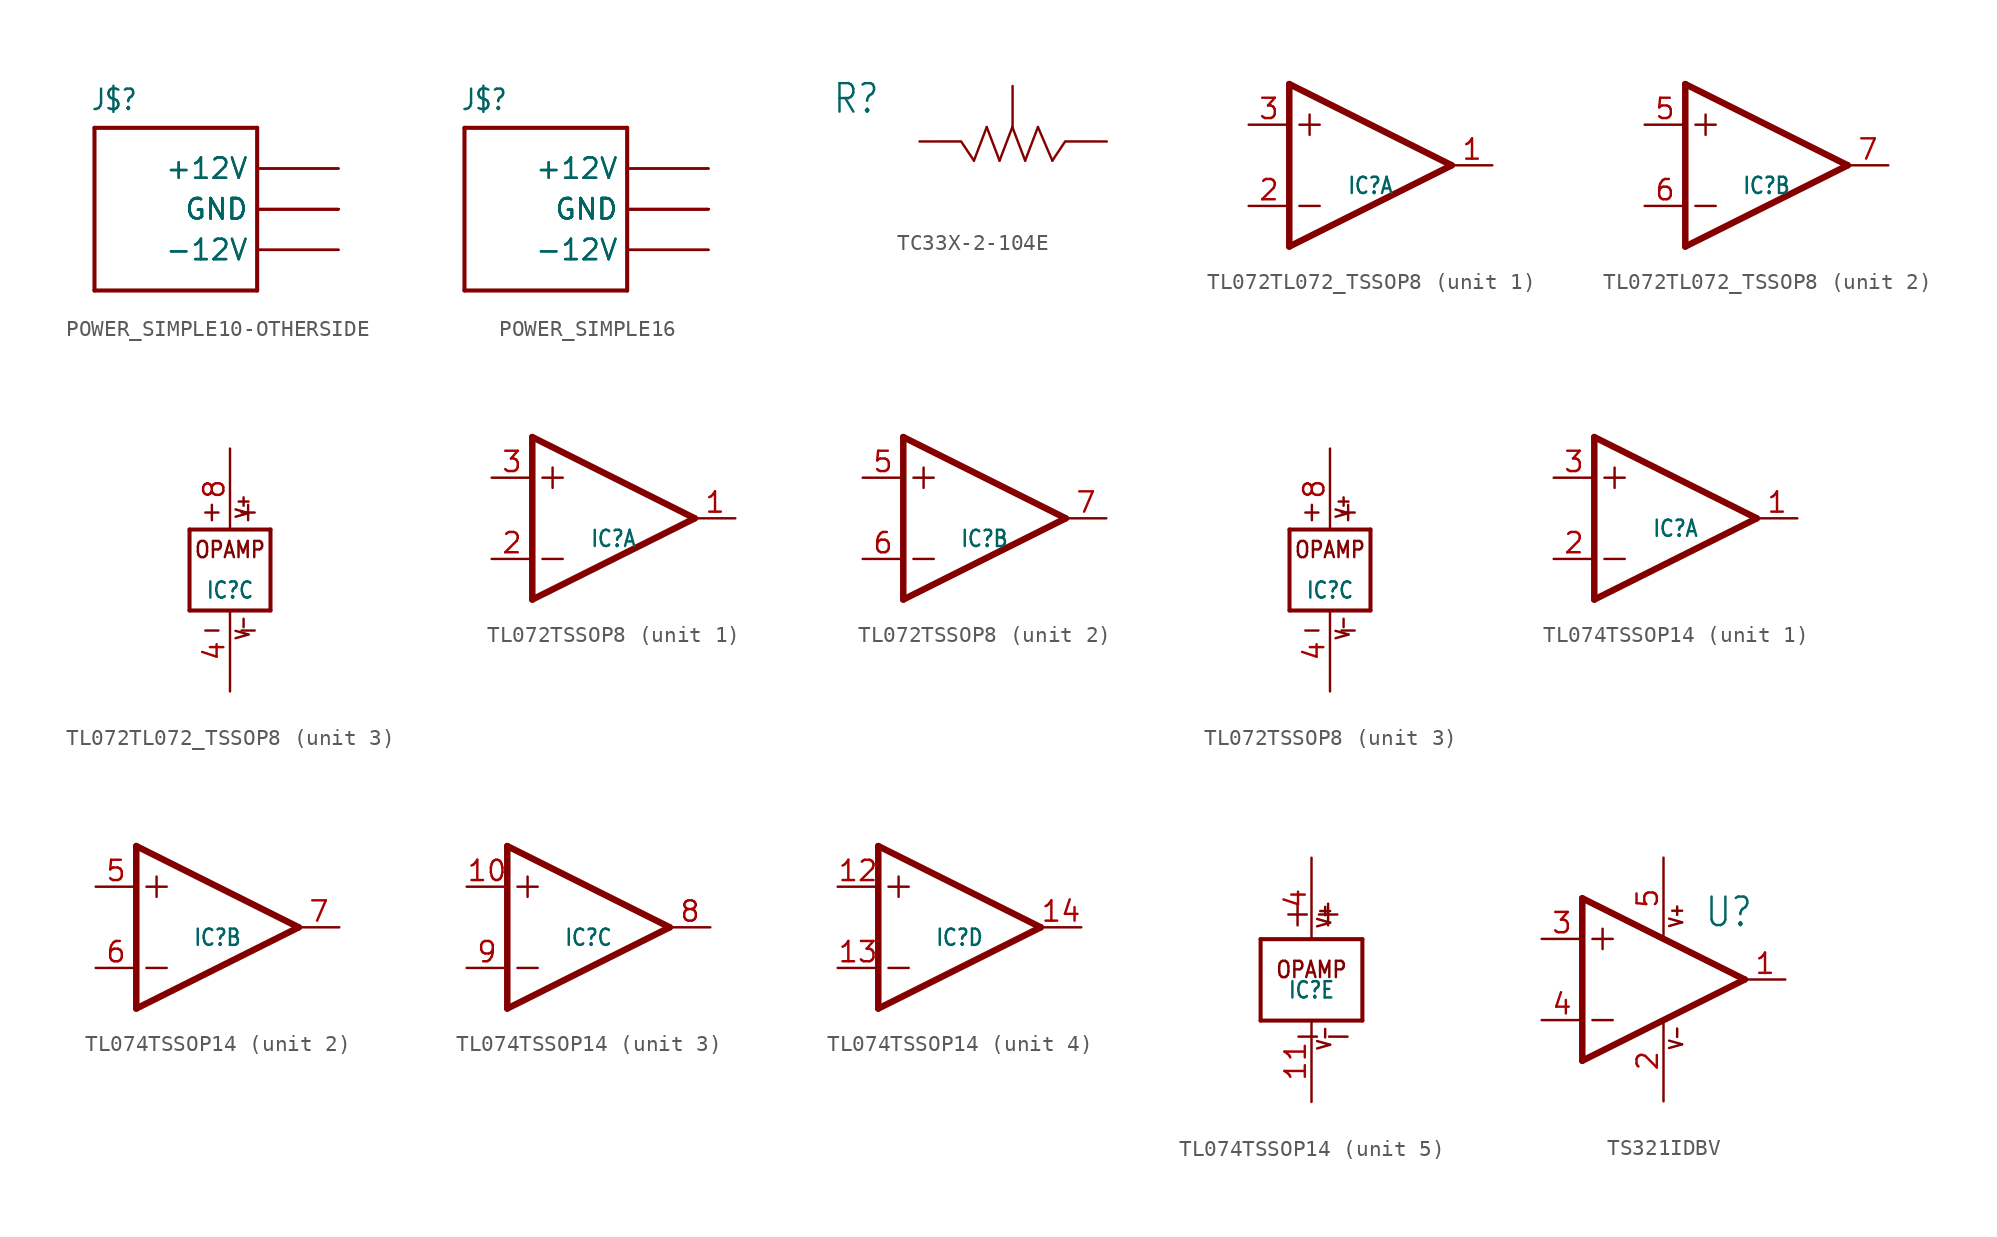
<source format=kicad_sym>
(kicad_symbol_lib
  (version 20231120)
  (generator "kicad_symbol_editor")
  (generator_version "8.0")
  (symbol "POWER_SIMPLE10-OTHERSIDE"
    (property "Reference" "J$"
      (at -5.334 6.096 0)
      (effects (font (size 1.27 1.079)) (justify left bottom)))
    (property "ki_locked" ""
      (at 0 0 0)
      (effects (font (size 1.27 1.27))))
    (symbol "POWER_SIMPLE10-OTHERSIDE_1_0"
      (polyline (pts (xy -5.08 -5.08) (xy -5.08 5.08)) (stroke (width 0.254) (type solid)) (fill (type none)))
      (polyline (pts (xy -5.08 5.08) (xy 5.08 5.08)) (stroke (width 0.254) (type solid)) (fill (type none)))
      (polyline (pts (xy 5.08 -5.08) (xy -5.08 -5.08)) (stroke (width 0.254) (type solid)) (fill (type none)))
      (polyline (pts (xy 5.08 5.08) (xy 5.08 -5.08)) (stroke (width 0.254) (type solid)) (fill (type none)))
      (pin bidirectional line (at 10.16 -2.54 180) (length 5.08) (name "-12V" (effects (font (size 1.27 1.27)))) (number "1" (effects (font (size 0 0)))))
      (pin bidirectional line (at 10.16 2.54 180) (length 5.08) (name "+12V" (effects (font (size 1.27 1.27)))) (number "10" (effects (font (size 0 0)))))
      (pin bidirectional line (at 10.16 -2.54 180) (length 5.08) (name "-12V" (effects (font (size 1.27 1.27)))) (number "2" (effects (font (size 0 0)))))
      (pin bidirectional line (at 10.16 0 180) (length 5.08) (name "GND" (effects (font (size 1.27 1.27)))) (number "3" (effects (font (size 0 0)))))
      (pin bidirectional line (at 10.16 0 180) (length 5.08) (name "GND" (effects (font (size 1.27 1.27)))) (number "4" (effects (font (size 0 0)))))
      (pin bidirectional line (at 10.16 0 180) (length 5.08) (name "GND" (effects (font (size 1.27 1.27)))) (number "5" (effects (font (size 0 0)))))
      (pin bidirectional line (at 10.16 0 180) (length 5.08) (name "GND" (effects (font (size 1.27 1.27)))) (number "6" (effects (font (size 0 0)))))
      (pin bidirectional line (at 10.16 0 180) (length 5.08) (name "GND" (effects (font (size 1.27 1.27)))) (number "7" (effects (font (size 0 0)))))
      (pin bidirectional line (at 10.16 0 180) (length 5.08) (name "GND" (effects (font (size 1.27 1.27)))) (number "8" (effects (font (size 0 0)))))
      (pin bidirectional line (at 10.16 2.54 180) (length 5.08) (name "+12V" (effects (font (size 1.27 1.27)))) (number "9" (effects (font (size 0 0)))))))
  (symbol "POWER_SIMPLE16"
    (property "Reference" "J$"
      (at -5.334 6.096 0)
      (effects (font (size 1.27 1.079)) (justify left bottom)))
    (property "ki_locked" ""
      (at 0 0 0)
      (effects (font (size 1.27 1.27))))
    (symbol "POWER_SIMPLE16_1_0"
      (polyline (pts (xy -5.08 -5.08) (xy -5.08 5.08)) (stroke (width 0.254) (type solid)) (fill (type none)))
      (polyline (pts (xy -5.08 5.08) (xy 5.08 5.08)) (stroke (width 0.254) (type solid)) (fill (type none)))
      (polyline (pts (xy 5.08 -5.08) (xy -5.08 -5.08)) (stroke (width 0.254) (type solid)) (fill (type none)))
      (polyline (pts (xy 5.08 5.08) (xy 5.08 -5.08)) (stroke (width 0.254) (type solid)) (fill (type none)))
      (pin bidirectional line (at 10.16 -2.54 180) (length 5.08) (name "-12V" (effects (font (size 1.27 1.27)))) (number "1" (effects (font (size 0 0)))))
      (pin bidirectional line (at 10.16 2.54 180) (length 5.08) (name "+12V" (effects (font (size 1.27 1.27)))) (number "10" (effects (font (size 0 0)))))
      (pin bidirectional line (at 10.16 -2.54 180) (length 5.08) (name "-12V" (effects (font (size 1.27 1.27)))) (number "2" (effects (font (size 0 0)))))
      (pin bidirectional line (at 10.16 0 180) (length 5.08) (name "GND" (effects (font (size 1.27 1.27)))) (number "3" (effects (font (size 0 0)))))
      (pin bidirectional line (at 10.16 0 180) (length 5.08) (name "GND" (effects (font (size 1.27 1.27)))) (number "4" (effects (font (size 0 0)))))
      (pin bidirectional line (at 10.16 0 180) (length 5.08) (name "GND" (effects (font (size 1.27 1.27)))) (number "5" (effects (font (size 0 0)))))
      (pin bidirectional line (at 10.16 0 180) (length 5.08) (name "GND" (effects (font (size 1.27 1.27)))) (number "6" (effects (font (size 0 0)))))
      (pin bidirectional line (at 10.16 0 180) (length 5.08) (name "GND" (effects (font (size 1.27 1.27)))) (number "7" (effects (font (size 0 0)))))
      (pin bidirectional line (at 10.16 0 180) (length 5.08) (name "GND" (effects (font (size 1.27 1.27)))) (number "8" (effects (font (size 0 0)))))
      (pin bidirectional line (at 10.16 2.54 180) (length 5.08) (name "+12V" (effects (font (size 1.27 1.27)))) (number "9" (effects (font (size 0 0)))))))
  (symbol "TC33X-2-104E"
    (property "Reference" "R"
      (at -11.16 1.74 0)
      (effects (font (size 1.778 1.511)) (justify left bottom)))
    (property "Value" ""
      (at -10.96 -4.32 0)
      (effects (font (size 1.778 1.511)) (justify left bottom)))
    (property "ki_locked" ""
      (at 0 0 0)
      (effects (font (size 1.27 1.27))))
    (symbol "TC33X-2-104E_1_0"
      (polyline (pts (xy -3.1 0.1) (xy -4.3 0.1)) (stroke (width 0.076) (type solid)) (fill (type none)))
      (polyline (pts (xy -2.3 -1.1) (xy -3.1 0.1)) (stroke (width 0.152) (type solid)) (fill (type none)))
      (polyline (pts (xy -2.3 -1.1) (xy -1.5 1)) (stroke (width 0.152) (type solid)) (fill (type none)))
      (polyline (pts (xy -1.5 1) (xy -0.7 -1.1)) (stroke (width 0.152) (type solid)) (fill (type none)))
      (polyline (pts (xy -0.7 -1.1) (xy 0.1 1)) (stroke (width 0.152) (type solid)) (fill (type none)))
      (polyline (pts (xy 0.1 1) (xy 0.9 -1.1)) (stroke (width 0.152) (type solid)) (fill (type none)))
      (polyline (pts (xy 0.9 -1.1) (xy 1.7 1)) (stroke (width 0.152) (type solid)) (fill (type none)))
      (polyline (pts (xy 1.7 1) (xy 2.6 -1.1)) (stroke (width 0.152) (type solid)) (fill (type none)))
      (polyline (pts (xy 2.6 -1.1) (xy 3.4 0.1)) (stroke (width 0.152) (type solid)) (fill (type none)))
      (polyline (pts (xy 3.4 0.1) (xy 4.9 0.1)) (stroke (width 0.076) (type solid)) (fill (type none)))
      (pin bidirectional line (at -5.7 0.1 0) (length 2.54) (name "P$1" (effects (font (size 0 0)))) (number "1" (effects (font (size 0 0)))))
      (pin bidirectional line (at 0.115 3.564 270) (length 2.54) (name "P$2" (effects (font (size 0 0)))) (number "2" (effects (font (size 0 0)))))
      (pin bidirectional line (at 6 0.1 180) (length 2.54) (name "P$3" (effects (font (size 0 0)))) (number "3" (effects (font (size 0 0)))))))
  (symbol "TL072TL072_TSSOP8"
    (property "Reference" "IC"
      (at 0 -1.27 0)
      (effects (font (size 1.016 0.864))))
    (property "ki_locked" ""
      (at 0 0 0)
      (effects (font (size 1.27 1.27))))
    (symbol "TL072TL072_TSSOP8_1_0"
      (polyline (pts (xy -5.08 -5.08) (xy 5.08 0)) (stroke (width 0.406) (type solid)) (fill (type none)))
      (polyline (pts (xy -5.08 5.08) (xy -5.08 -5.08)) (stroke (width 0.406) (type solid)) (fill (type none)))
      (polyline (pts (xy -4.445 -2.54) (xy -3.175 -2.54)) (stroke (width 0.152) (type solid)) (fill (type none)))
      (polyline (pts (xy -4.445 2.54) (xy -3.175 2.54)) (stroke (width 0.152) (type solid)) (fill (type none)))
      (polyline (pts (xy -3.81 3.175) (xy -3.81 1.905)) (stroke (width 0.152) (type solid)) (fill (type none)))
      (polyline (pts (xy 5.08 0) (xy -5.08 5.08)) (stroke (width 0.406) (type solid)) (fill (type none)))
      (pin output line (at 7.62 0 180) (length 2.54) (name "OUT" (effects (font (size 0 0)))) (number "1" (effects (font (size 1.27 1.27)))))
      (pin input line (at -7.62 -2.54 0) (length 2.54) (name "-IN" (effects (font (size 0 0)))) (number "2" (effects (font (size 1.27 1.27)))))
      (pin input line (at -7.62 2.54 0) (length 2.54) (name "+IN" (effects (font (size 0 0)))) (number "3" (effects (font (size 1.27 1.27))))))
    (symbol "TL072TL072_TSSOP8_2_0"
      (polyline (pts (xy -5.08 -5.08) (xy 5.08 0)) (stroke (width 0.406) (type solid)) (fill (type none)))
      (polyline (pts (xy -5.08 5.08) (xy -5.08 -5.08)) (stroke (width 0.406) (type solid)) (fill (type none)))
      (polyline (pts (xy -4.445 -2.54) (xy -3.175 -2.54)) (stroke (width 0.152) (type solid)) (fill (type none)))
      (polyline (pts (xy -4.445 2.54) (xy -3.175 2.54)) (stroke (width 0.152) (type solid)) (fill (type none)))
      (polyline (pts (xy -3.81 3.175) (xy -3.81 1.905)) (stroke (width 0.152) (type solid)) (fill (type none)))
      (polyline (pts (xy 5.08 0) (xy -5.08 5.08)) (stroke (width 0.406) (type solid)) (fill (type none)))
      (pin input line (at -7.62 2.54 0) (length 2.54) (name "+IN" (effects (font (size 0 0)))) (number "5" (effects (font (size 1.27 1.27)))))
      (pin input line (at -7.62 -2.54 0) (length 2.54) (name "-IN" (effects (font (size 0 0)))) (number "6" (effects (font (size 1.27 1.27)))))
      (pin output line (at 7.62 0 180) (length 2.54) (name "OUT" (effects (font (size 0 0)))) (number "7" (effects (font (size 1.27 1.27))))))
    (symbol "TL072TL072_TSSOP8_3_0"
      (polyline (pts (xy -2.54 -2.54) (xy -2.54 2.54)) (stroke (width 0.254) (type solid)) (fill (type none)))
      (polyline (pts (xy -2.54 2.54) (xy 2.54 2.54)) (stroke (width 0.254) (type solid)) (fill (type none)))
      (polyline (pts (xy 2.54 -2.54) (xy -2.54 -2.54)) (stroke (width 0.254) (type solid)) (fill (type none)))
      (polyline (pts (xy 2.54 2.54) (xy 2.54 -2.54)) (stroke (width 0.254) (type solid)) (fill (type none)))
      (text "+" (at -1.905 4.445 0) (effects (font (size 1.27 1.079)) (justify left top)))
      (text "+" (at 1.905 4.445 0) (effects (font (size 1.27 1.079)) (justify right top)))
      (text "-" (at -1.905 -4.445 0) (effects (font (size 1.27 1.079)) (justify left bottom)))
      (text "-" (at 1.905 -4.445 0) (effects (font (size 1.27 1.079)) (justify right bottom)))
      (text "OPAMP" (at 0 1.27 0) (effects (font (size 1.016 0.864))))
      (text "V+" (at 1.27 3.175 900) (effects (font (size 0.813 0.691)) (justify left bottom)))
      (text "V-" (at 1.27 -4.445 900) (effects (font (size 0.813 0.691)) (justify left bottom)))
      (pin power_in line (at 0 -7.62 90) (length 5.08) (name "V-" (effects (font (size 0 0)))) (number "4" (effects (font (size 1.27 1.27)))))
      (pin power_in line (at 0 7.62 270) (length 5.08) (name "V+" (effects (font (size 0 0)))) (number "8" (effects (font (size 1.27 1.27)))))))
  (symbol "TL072TSSOP8"
    (property "Reference" "IC"
      (at 0 -1.27 0)
      (effects (font (size 1.016 0.864))))
    (property "ki_locked" ""
      (at 0 0 0)
      (effects (font (size 1.27 1.27))))
    (symbol "TL072TSSOP8_1_0"
      (polyline (pts (xy -5.08 -5.08) (xy 5.08 0)) (stroke (width 0.406) (type solid)) (fill (type none)))
      (polyline (pts (xy -5.08 5.08) (xy -5.08 -5.08)) (stroke (width 0.406) (type solid)) (fill (type none)))
      (polyline (pts (xy -4.445 -2.54) (xy -3.175 -2.54)) (stroke (width 0.152) (type solid)) (fill (type none)))
      (polyline (pts (xy -4.445 2.54) (xy -3.175 2.54)) (stroke (width 0.152) (type solid)) (fill (type none)))
      (polyline (pts (xy -3.81 3.175) (xy -3.81 1.905)) (stroke (width 0.152) (type solid)) (fill (type none)))
      (polyline (pts (xy 5.08 0) (xy -5.08 5.08)) (stroke (width 0.406) (type solid)) (fill (type none)))
      (pin output line (at 7.62 0 180) (length 2.54) (name "OUT" (effects (font (size 0 0)))) (number "1" (effects (font (size 1.27 1.27)))))
      (pin input line (at -7.62 -2.54 0) (length 2.54) (name "-IN" (effects (font (size 0 0)))) (number "2" (effects (font (size 1.27 1.27)))))
      (pin input line (at -7.62 2.54 0) (length 2.54) (name "+IN" (effects (font (size 0 0)))) (number "3" (effects (font (size 1.27 1.27))))))
    (symbol "TL072TSSOP8_2_0"
      (polyline (pts (xy -5.08 -5.08) (xy 5.08 0)) (stroke (width 0.406) (type solid)) (fill (type none)))
      (polyline (pts (xy -5.08 5.08) (xy -5.08 -5.08)) (stroke (width 0.406) (type solid)) (fill (type none)))
      (polyline (pts (xy -4.445 -2.54) (xy -3.175 -2.54)) (stroke (width 0.152) (type solid)) (fill (type none)))
      (polyline (pts (xy -4.445 2.54) (xy -3.175 2.54)) (stroke (width 0.152) (type solid)) (fill (type none)))
      (polyline (pts (xy -3.81 3.175) (xy -3.81 1.905)) (stroke (width 0.152) (type solid)) (fill (type none)))
      (polyline (pts (xy 5.08 0) (xy -5.08 5.08)) (stroke (width 0.406) (type solid)) (fill (type none)))
      (pin input line (at -7.62 2.54 0) (length 2.54) (name "+IN" (effects (font (size 0 0)))) (number "5" (effects (font (size 1.27 1.27)))))
      (pin input line (at -7.62 -2.54 0) (length 2.54) (name "-IN" (effects (font (size 0 0)))) (number "6" (effects (font (size 1.27 1.27)))))
      (pin output line (at 7.62 0 180) (length 2.54) (name "OUT" (effects (font (size 0 0)))) (number "7" (effects (font (size 1.27 1.27))))))
    (symbol "TL072TSSOP8_3_0"
      (polyline (pts (xy -2.54 -2.54) (xy -2.54 2.54)) (stroke (width 0.254) (type solid)) (fill (type none)))
      (polyline (pts (xy -2.54 2.54) (xy 2.54 2.54)) (stroke (width 0.254) (type solid)) (fill (type none)))
      (polyline (pts (xy 2.54 -2.54) (xy -2.54 -2.54)) (stroke (width 0.254) (type solid)) (fill (type none)))
      (polyline (pts (xy 2.54 2.54) (xy 2.54 -2.54)) (stroke (width 0.254) (type solid)) (fill (type none)))
      (text "+" (at -1.905 4.445 0) (effects (font (size 1.27 1.079)) (justify left top)))
      (text "+" (at 1.905 4.445 0) (effects (font (size 1.27 1.079)) (justify right top)))
      (text "-" (at -1.905 -4.445 0) (effects (font (size 1.27 1.079)) (justify left bottom)))
      (text "-" (at 1.905 -4.445 0) (effects (font (size 1.27 1.079)) (justify right bottom)))
      (text "OPAMP" (at 0 1.27 0) (effects (font (size 1.016 0.864))))
      (text "V+" (at 1.27 3.175 900) (effects (font (size 0.813 0.691)) (justify left bottom)))
      (text "V-" (at 1.27 -4.445 900) (effects (font (size 0.813 0.691)) (justify left bottom)))
      (pin power_in line (at 0 -7.62 90) (length 5.08) (name "V-" (effects (font (size 0 0)))) (number "4" (effects (font (size 1.27 1.27)))))
      (pin power_in line (at 0 7.62 270) (length 5.08) (name "V+" (effects (font (size 0 0)))) (number "8" (effects (font (size 1.27 1.27)))))))
  (symbol "TL074TSSOP14"
    (property "Reference" "IC"
      (at 0 -0.635 0)
      (effects (font (size 1.016 0.864))))
    (property "ki_locked" ""
      (at 0 0 0)
      (effects (font (size 1.27 1.27))))
    (symbol "TL074TSSOP14_1_0"
      (polyline (pts (xy -5.08 -5.08) (xy 5.08 0)) (stroke (width 0.406) (type solid)) (fill (type none)))
      (polyline (pts (xy -5.08 5.08) (xy -5.08 -5.08)) (stroke (width 0.406) (type solid)) (fill (type none)))
      (polyline (pts (xy -4.445 -2.54) (xy -3.175 -2.54)) (stroke (width 0.152) (type solid)) (fill (type none)))
      (polyline (pts (xy -4.445 2.54) (xy -3.175 2.54)) (stroke (width 0.152) (type solid)) (fill (type none)))
      (polyline (pts (xy -3.81 3.175) (xy -3.81 1.905)) (stroke (width 0.152) (type solid)) (fill (type none)))
      (polyline (pts (xy 5.08 0) (xy -5.08 5.08)) (stroke (width 0.406) (type solid)) (fill (type none)))
      (pin output line (at 7.62 0 180) (length 2.54) (name "OUT" (effects (font (size 0 0)))) (number "1" (effects (font (size 1.27 1.27)))))
      (pin input line (at -7.62 -2.54 0) (length 2.54) (name "-IN" (effects (font (size 0 0)))) (number "2" (effects (font (size 1.27 1.27)))))
      (pin input line (at -7.62 2.54 0) (length 2.54) (name "+IN" (effects (font (size 0 0)))) (number "3" (effects (font (size 1.27 1.27))))))
    (symbol "TL074TSSOP14_2_0"
      (polyline (pts (xy -5.08 -5.08) (xy 5.08 0)) (stroke (width 0.406) (type solid)) (fill (type none)))
      (polyline (pts (xy -5.08 5.08) (xy -5.08 -5.08)) (stroke (width 0.406) (type solid)) (fill (type none)))
      (polyline (pts (xy -4.445 -2.54) (xy -3.175 -2.54)) (stroke (width 0.152) (type solid)) (fill (type none)))
      (polyline (pts (xy -4.445 2.54) (xy -3.175 2.54)) (stroke (width 0.152) (type solid)) (fill (type none)))
      (polyline (pts (xy -3.81 3.175) (xy -3.81 1.905)) (stroke (width 0.152) (type solid)) (fill (type none)))
      (polyline (pts (xy 5.08 0) (xy -5.08 5.08)) (stroke (width 0.406) (type solid)) (fill (type none)))
      (pin input line (at -7.62 2.54 0) (length 2.54) (name "+IN" (effects (font (size 0 0)))) (number "5" (effects (font (size 1.27 1.27)))))
      (pin input line (at -7.62 -2.54 0) (length 2.54) (name "-IN" (effects (font (size 0 0)))) (number "6" (effects (font (size 1.27 1.27)))))
      (pin output line (at 7.62 0 180) (length 2.54) (name "OUT" (effects (font (size 0 0)))) (number "7" (effects (font (size 1.27 1.27))))))
    (symbol "TL074TSSOP14_3_0"
      (polyline (pts (xy -5.08 -5.08) (xy 5.08 0)) (stroke (width 0.406) (type solid)) (fill (type none)))
      (polyline (pts (xy -5.08 5.08) (xy -5.08 -5.08)) (stroke (width 0.406) (type solid)) (fill (type none)))
      (polyline (pts (xy -4.445 -2.54) (xy -3.175 -2.54)) (stroke (width 0.152) (type solid)) (fill (type none)))
      (polyline (pts (xy -4.445 2.54) (xy -3.175 2.54)) (stroke (width 0.152) (type solid)) (fill (type none)))
      (polyline (pts (xy -3.81 3.175) (xy -3.81 1.905)) (stroke (width 0.152) (type solid)) (fill (type none)))
      (polyline (pts (xy 5.08 0) (xy -5.08 5.08)) (stroke (width 0.406) (type solid)) (fill (type none)))
      (pin input line (at -7.62 2.54 0) (length 2.54) (name "+IN" (effects (font (size 0 0)))) (number "10" (effects (font (size 1.27 1.27)))))
      (pin output line (at 7.62 0 180) (length 2.54) (name "OUT" (effects (font (size 0 0)))) (number "8" (effects (font (size 1.27 1.27)))))
      (pin input line (at -7.62 -2.54 0) (length 2.54) (name "-IN" (effects (font (size 0 0)))) (number "9" (effects (font (size 1.27 1.27))))))
    (symbol "TL074TSSOP14_4_0"
      (polyline (pts (xy -5.08 -5.08) (xy 5.08 0)) (stroke (width 0.406) (type solid)) (fill (type none)))
      (polyline (pts (xy -5.08 5.08) (xy -5.08 -5.08)) (stroke (width 0.406) (type solid)) (fill (type none)))
      (polyline (pts (xy -4.445 -2.54) (xy -3.175 -2.54)) (stroke (width 0.152) (type solid)) (fill (type none)))
      (polyline (pts (xy -4.445 2.54) (xy -3.175 2.54)) (stroke (width 0.152) (type solid)) (fill (type none)))
      (polyline (pts (xy -3.81 3.175) (xy -3.81 1.905)) (stroke (width 0.152) (type solid)) (fill (type none)))
      (polyline (pts (xy 5.08 0) (xy -5.08 5.08)) (stroke (width 0.406) (type solid)) (fill (type none)))
      (pin input line (at -7.62 2.54 0) (length 2.54) (name "+IN" (effects (font (size 0 0)))) (number "12" (effects (font (size 1.27 1.27)))))
      (pin input line (at -7.62 -2.54 0) (length 2.54) (name "-IN" (effects (font (size 0 0)))) (number "13" (effects (font (size 1.27 1.27)))))
      (pin output line (at 7.62 0 180) (length 2.54) (name "OUT" (effects (font (size 0 0)))) (number "14" (effects (font (size 1.27 1.27))))))
    (symbol "TL074TSSOP14_5_0"
      (polyline (pts (xy -3.175 -2.54) (xy -3.175 2.54)) (stroke (width 0.254) (type solid)) (fill (type none)))
      (polyline (pts (xy -3.175 2.54) (xy 3.175 2.54)) (stroke (width 0.254) (type solid)) (fill (type none)))
      (polyline (pts (xy 3.175 -2.54) (xy -3.175 -2.54)) (stroke (width 0.254) (type solid)) (fill (type none)))
      (polyline (pts (xy 3.175 2.54) (xy 3.175 -2.54)) (stroke (width 0.254) (type solid)) (fill (type none)))
      (text "+" (at -1.905 3.175 0) (effects (font (size 1.778 1.511)) (justify left bottom)))
      (text "+" (at 0 3.175 0) (effects (font (size 1.778 1.511)) (justify left bottom)))
      (text "-" (at -1.27 -4.445 0) (effects (font (size 1.778 1.511)) (justify left bottom)))
      (text "-" (at 0.635 -4.445 0) (effects (font (size 1.778 1.511)) (justify left bottom)))
      (text "OPAMP" (at 0 0.635 0) (effects (font (size 1.016 0.864))))
      (text "V+" (at 1.27 3.175 900) (effects (font (size 0.813 0.691)) (justify left bottom)))
      (text "V-" (at 1.27 -4.445 900) (effects (font (size 0.813 0.691)) (justify left bottom)))
      (pin power_in line (at 0 -7.62 90) (length 5.08) (name "V-" (effects (font (size 0 0)))) (number "11" (effects (font (size 1.27 1.27)))))
      (pin power_in line (at 0 7.62 270) (length 5.08) (name "V+" (effects (font (size 0 0)))) (number "4" (effects (font (size 1.27 1.27)))))))
  (symbol "TS321IDBV"
    (property "Reference" "U"
      (at 2.544 3.18 0)
      (effects (font (size 1.781 1.514)) (justify left bottom)))
    (property "Value" ""
      (at 2.546 -5.092 0)
      (effects (font (size 1.782 1.515)) (justify left bottom)))
    (property "ki_locked" ""
      (at 0 0 0)
      (effects (font (size 1.27 1.27))))
    (symbol "TS321IDBV_1_0"
      (polyline (pts (xy -5.08 -5.08) (xy 5.08 0)) (stroke (width 0.406) (type solid)) (fill (type none)))
      (polyline (pts (xy -5.08 5.08) (xy -5.08 -5.08)) (stroke (width 0.406) (type solid)) (fill (type none)))
      (polyline (pts (xy -4.445 -2.54) (xy -3.175 -2.54)) (stroke (width 0.152) (type solid)) (fill (type none)))
      (polyline (pts (xy -4.445 2.54) (xy -3.175 2.54)) (stroke (width 0.152) (type solid)) (fill (type none)))
      (polyline (pts (xy -3.81 3.175) (xy -3.81 1.905)) (stroke (width 0.152) (type solid)) (fill (type none)))
      (polyline (pts (xy 5.08 0) (xy -5.08 5.08)) (stroke (width 0.406) (type solid)) (fill (type none)))
      (text "V+" (at 1.272 3.18 900) (effects (font (size 0.814 0.692)) (justify left bottom)))
      (text "V-" (at 1.272 -4.452 900) (effects (font (size 0.814 0.692)) (justify left bottom)))
      (pin output line (at 7.62 0 180) (length 2.54) (name "OUT" (effects (font (size 0 0)))) (number "1" (effects (font (size 1.27 1.27)))))
      (pin power_in line (at 0 -7.62 90) (length 5.08) (name "V-" (effects (font (size 0 0)))) (number "2" (effects (font (size 1.27 1.27)))))
      (pin input line (at -7.62 2.54 0) (length 2.54) (name "+IN" (effects (font (size 0 0)))) (number "3" (effects (font (size 1.27 1.27)))))
      (pin input line (at -7.62 -2.54 0) (length 2.54) (name "-IN" (effects (font (size 0 0)))) (number "4" (effects (font (size 1.27 1.27)))))
      (pin power_in line (at 0 7.62 270) (length 5.08) (name "V+" (effects (font (size 0 0)))) (number "5" (effects (font (size 1.27 1.27))))))))
</source>
